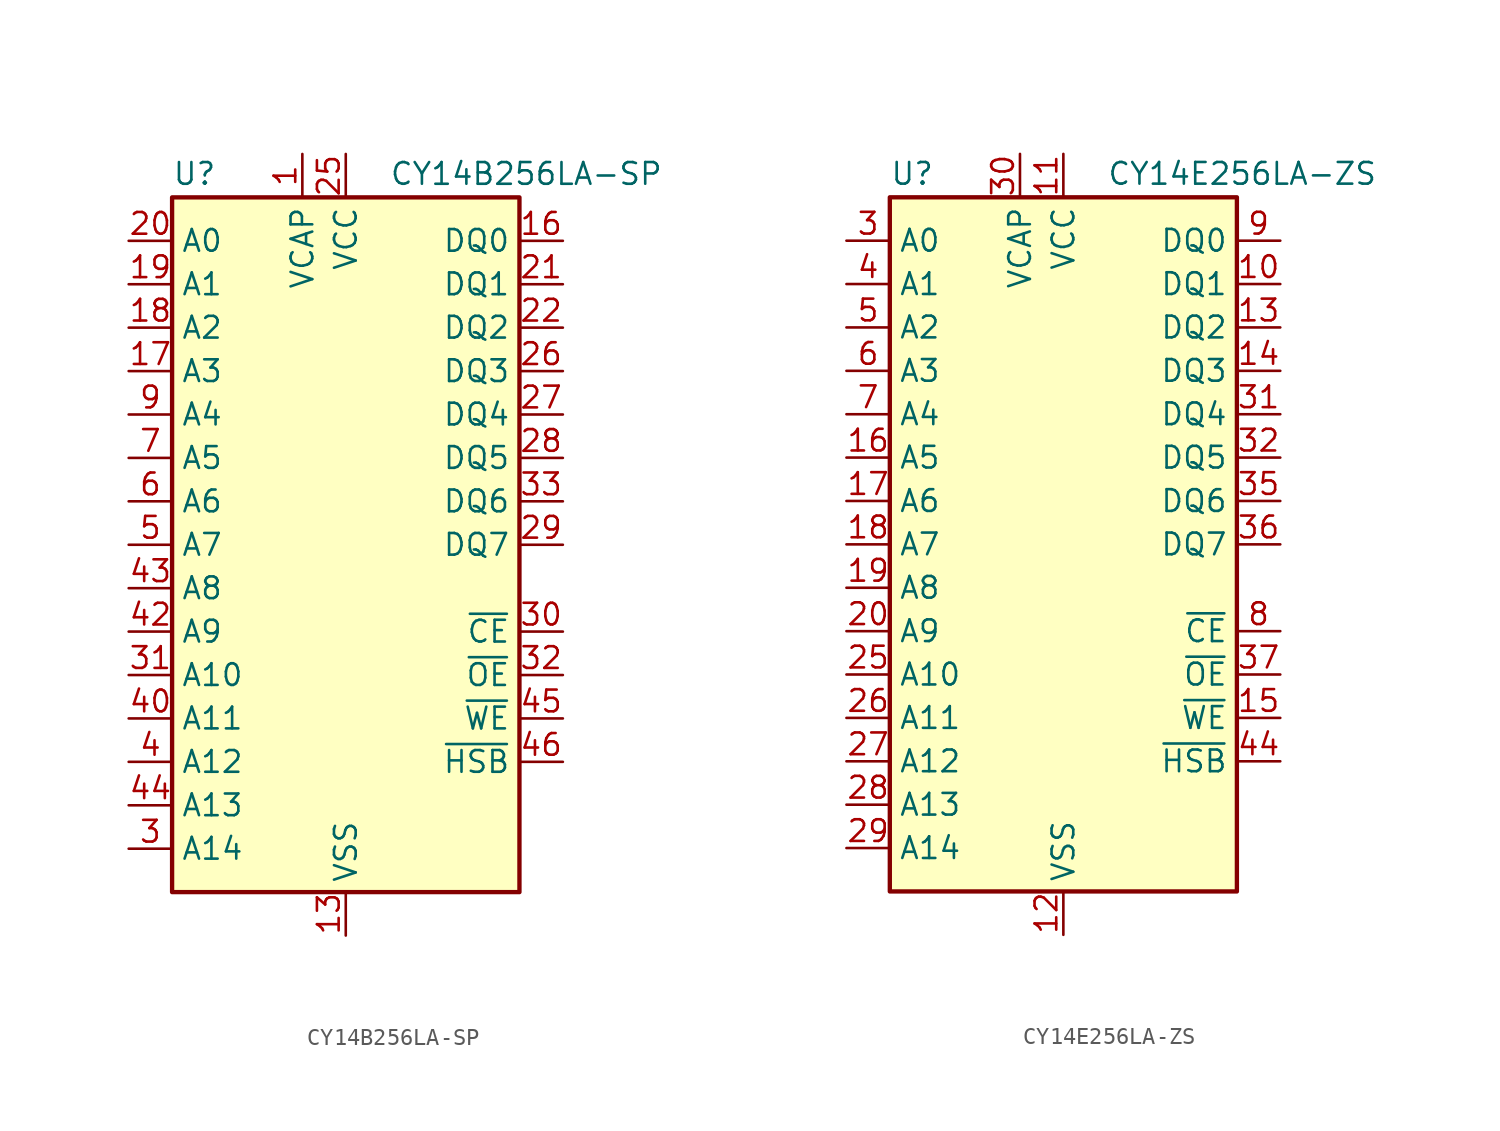
<source format=kicad_sym>
(kicad_symbol_lib
  (version 20241209)
  (generator "kicad_symbol_editor")
  (generator_version "9.0")
  (symbol "CY14B256LA-SP"
    (property "Reference" "U"
      (at -10.16 20.955 0)
      (effects (font (size 1.27 1.27)) (justify left bottom)))
    (property "Value" "CY14B256LA-SP"
      (at 2.54 20.955 0)
      (effects (font (size 1.27 1.27)) (justify left bottom)))
    (symbol "CY14B256LA-SP_0_0"
      (pin power_in line (at 0 22.86 270) (length 2.54) (name "VCC" (effects (font (size 1.27 1.27)))) (number "25" (effects (font (size 1.27 1.27)))))
      (pin passive line (at 0 22.86 270) (length 2.54) (hide yes) (name "VCC" (effects (font (size 1.27 1.27)))) (number "48" (effects (font (size 1.27 1.27)))))
      (pin power_in line (at 0 -22.86 90) (length 2.54) (name "VSS" (effects (font (size 1.27 1.27)))) (number "13" (effects (font (size 1.27 1.27)))))
      (pin passive line (at 0 -22.86 90) (length 2.54) (hide yes) (name "VSS" (effects (font (size 1.27 1.27)))) (number "36" (effects (font (size 1.27 1.27))))))
    (symbol "CY14B256LA-SP_0_1"
      (rectangle (start -10.16 20.32) (end 10.16 -20.32) (stroke (width 0.254) (type default)) (fill (type background))))
    (symbol "CY14B256LA-SP_1_1"
      (pin input line (at -12.7 17.78 0) (length 2.54) (name "A0" (effects (font (size 1.27 1.27)))) (number "20" (effects (font (size 1.27 1.27)))))
      (pin input line (at -12.7 15.24 0) (length 2.54) (name "A1" (effects (font (size 1.27 1.27)))) (number "19" (effects (font (size 1.27 1.27)))))
      (pin input line (at -12.7 12.7 0) (length 2.54) (name "A2" (effects (font (size 1.27 1.27)))) (number "18" (effects (font (size 1.27 1.27)))))
      (pin input line (at -12.7 10.16 0) (length 2.54) (name "A3" (effects (font (size 1.27 1.27)))) (number "17" (effects (font (size 1.27 1.27)))))
      (pin input line (at -12.7 7.62 0) (length 2.54) (name "A4" (effects (font (size 1.27 1.27)))) (number "9" (effects (font (size 1.27 1.27)))))
      (pin input line (at -12.7 5.08 0) (length 2.54) (name "A5" (effects (font (size 1.27 1.27)))) (number "7" (effects (font (size 1.27 1.27)))))
      (pin input line (at -12.7 2.54 0) (length 2.54) (name "A6" (effects (font (size 1.27 1.27)))) (number "6" (effects (font (size 1.27 1.27)))))
      (pin input line (at -12.7 0 0) (length 2.54) (name "A7" (effects (font (size 1.27 1.27)))) (number "5" (effects (font (size 1.27 1.27)))))
      (pin input line (at -12.7 -2.54 0) (length 2.54) (name "A8" (effects (font (size 1.27 1.27)))) (number "43" (effects (font (size 1.27 1.27)))))
      (pin input line (at -12.7 -5.08 0) (length 2.54) (name "A9" (effects (font (size 1.27 1.27)))) (number "42" (effects (font (size 1.27 1.27)))))
      (pin input line (at -12.7 -7.62 0) (length 2.54) (name "A10" (effects (font (size 1.27 1.27)))) (number "31" (effects (font (size 1.27 1.27)))))
      (pin input line (at -12.7 -10.16 0) (length 2.54) (name "A11" (effects (font (size 1.27 1.27)))) (number "40" (effects (font (size 1.27 1.27)))))
      (pin input line (at -12.7 -12.7 0) (length 2.54) (name "A12" (effects (font (size 1.27 1.27)))) (number "4" (effects (font (size 1.27 1.27)))))
      (pin input line (at -12.7 -15.24 0) (length 2.54) (name "A13" (effects (font (size 1.27 1.27)))) (number "44" (effects (font (size 1.27 1.27)))))
      (pin input line (at -12.7 -17.78 0) (length 2.54) (name "A14" (effects (font (size 1.27 1.27)))) (number "3" (effects (font (size 1.27 1.27)))))
      (pin no_connect line (at -7.62 20.32 270) (length 2.54) (hide yes) (name "NC" (effects (font (size 1.27 1.27)))) (number "47" (effects (font (size 1.27 1.27)))))
      (pin no_connect line (at -7.62 -20.32 90) (length 2.54) (hide yes) (name "NC" (effects (font (size 1.27 1.27)))) (number "10" (effects (font (size 1.27 1.27)))))
      (pin no_connect line (at -6.35 20.32 270) (length 2.54) (hide yes) (name "NC" (effects (font (size 1.27 1.27)))) (number "41" (effects (font (size 1.27 1.27)))))
      (pin no_connect line (at -5.08 20.32 270) (length 2.54) (hide yes) (name "NC" (effects (font (size 1.27 1.27)))) (number "39" (effects (font (size 1.27 1.27)))))
      (pin no_connect line (at -5.08 -20.32 90) (length 2.54) (hide yes) (name "NC" (effects (font (size 1.27 1.27)))) (number "11" (effects (font (size 1.27 1.27)))))
      (pin no_connect line (at -3.81 20.32 270) (length 2.54) (hide yes) (name "NC" (effects (font (size 1.27 1.27)))) (number "38" (effects (font (size 1.27 1.27)))))
      (pin power_in line (at -2.54 22.86 270) (length 2.54) (name "VCAP" (effects (font (size 1.27 1.27)))) (number "1" (effects (font (size 1.27 1.27)))))
      (pin no_connect line (at -2.54 -20.32 90) (length 2.54) (hide yes) (name "NC" (effects (font (size 1.27 1.27)))) (number "12" (effects (font (size 1.27 1.27)))))
      (pin no_connect line (at 2.54 20.32 270) (length 2.54) (hide yes) (name "NC" (effects (font (size 1.27 1.27)))) (number "37" (effects (font (size 1.27 1.27)))))
      (pin no_connect line (at 2.54 -20.32 90) (length 2.54) (hide yes) (name "NC" (effects (font (size 1.27 1.27)))) (number "14" (effects (font (size 1.27 1.27)))))
      (pin no_connect line (at 5.08 20.32 270) (length 2.54) (hide yes) (name "NC" (effects (font (size 1.27 1.27)))) (number "35" (effects (font (size 1.27 1.27)))))
      (pin no_connect line (at 5.08 -20.32 90) (length 2.54) (hide yes) (name "NC" (effects (font (size 1.27 1.27)))) (number "15" (effects (font (size 1.27 1.27)))))
      (pin no_connect line (at 7.62 20.32 270) (length 2.54) (hide yes) (name "NC" (effects (font (size 1.27 1.27)))) (number "34" (effects (font (size 1.27 1.27)))))
      (pin no_connect line (at 7.62 -20.32 90) (length 2.54) (hide yes) (name "NC" (effects (font (size 1.27 1.27)))) (number "23" (effects (font (size 1.27 1.27)))))
      (pin no_connect line (at 10.16 -2.54 180) (length 2.54) (hide yes) (name "NC" (effects (font (size 1.27 1.27)))) (number "24" (effects (font (size 1.27 1.27)))))
      (pin no_connect line (at 10.16 -15.24 180) (length 2.54) (hide yes) (name "NC" (effects (font (size 1.27 1.27)))) (number "2" (effects (font (size 1.27 1.27)))))
      (pin no_connect line (at 10.16 -17.78 180) (length 2.54) (hide yes) (name "NC" (effects (font (size 1.27 1.27)))) (number "8" (effects (font (size 1.27 1.27)))))
      (pin tri_state line (at 12.7 17.78 180) (length 2.54) (name "DQ0" (effects (font (size 1.27 1.27)))) (number "16" (effects (font (size 1.27 1.27)))))
      (pin tri_state line (at 12.7 15.24 180) (length 2.54) (name "DQ1" (effects (font (size 1.27 1.27)))) (number "21" (effects (font (size 1.27 1.27)))))
      (pin tri_state line (at 12.7 12.7 180) (length 2.54) (name "DQ2" (effects (font (size 1.27 1.27)))) (number "22" (effects (font (size 1.27 1.27)))))
      (pin tri_state line (at 12.7 10.16 180) (length 2.54) (name "DQ3" (effects (font (size 1.27 1.27)))) (number "26" (effects (font (size 1.27 1.27)))))
      (pin tri_state line (at 12.7 7.62 180) (length 2.54) (name "DQ4" (effects (font (size 1.27 1.27)))) (number "27" (effects (font (size 1.27 1.27)))))
      (pin tri_state line (at 12.7 5.08 180) (length 2.54) (name "DQ5" (effects (font (size 1.27 1.27)))) (number "28" (effects (font (size 1.27 1.27)))))
      (pin tri_state line (at 12.7 2.54 180) (length 2.54) (name "DQ6" (effects (font (size 1.27 1.27)))) (number "33" (effects (font (size 1.27 1.27)))))
      (pin tri_state line (at 12.7 0 180) (length 2.54) (name "DQ7" (effects (font (size 1.27 1.27)))) (number "29" (effects (font (size 1.27 1.27)))))
      (pin input line (at 12.7 -5.08 180) (length 2.54) (name "~{CE}" (effects (font (size 1.27 1.27)))) (number "30" (effects (font (size 1.27 1.27)))))
      (pin input line (at 12.7 -7.62 180) (length 2.54) (name "~{OE}" (effects (font (size 1.27 1.27)))) (number "32" (effects (font (size 1.27 1.27)))))
      (pin input line (at 12.7 -10.16 180) (length 2.54) (name "~{WE}" (effects (font (size 1.27 1.27)))) (number "45" (effects (font (size 1.27 1.27)))))
      (pin bidirectional line (at 12.7 -12.7 180) (length 2.54) (name "~{HSB}" (effects (font (size 1.27 1.27)))) (number "46" (effects (font (size 1.27 1.27)))))))
  (symbol "CY14E256LA-ZS"
    (property "Reference" "U"
      (at -10.16 20.955 0)
      (effects (font (size 1.27 1.27)) (justify left bottom)))
    (property "Value" "CY14E256LA-ZS"
      (at 2.54 20.955 0)
      (effects (font (size 1.27 1.27)) (justify left bottom)))
    (symbol "CY14E256LA-ZS_0_0"
      (pin power_in line (at 0 22.86 270) (length 2.54) (name "VCC" (effects (font (size 1.27 1.27)))) (number "11" (effects (font (size 1.27 1.27)))))
      (pin passive line (at 0 22.86 270) (length 2.54) (hide yes) (name "VCC" (effects (font (size 1.27 1.27)))) (number "33" (effects (font (size 1.27 1.27)))))
      (pin power_in line (at 0 -22.86 90) (length 2.54) (name "VSS" (effects (font (size 1.27 1.27)))) (number "12" (effects (font (size 1.27 1.27)))))
      (pin passive line (at 0 -22.86 90) (length 2.54) (hide yes) (name "VSS" (effects (font (size 1.27 1.27)))) (number "34" (effects (font (size 1.27 1.27))))))
    (symbol "CY14E256LA-ZS_0_1"
      (rectangle (start -10.16 20.32) (end 10.16 -20.32) (stroke (width 0.254) (type default)) (fill (type background))))
    (symbol "CY14E256LA-ZS_1_1"
      (pin input line (at -12.7 17.78 0) (length 2.54) (name "A0" (effects (font (size 1.27 1.27)))) (number "3" (effects (font (size 1.27 1.27)))))
      (pin input line (at -12.7 15.24 0) (length 2.54) (name "A1" (effects (font (size 1.27 1.27)))) (number "4" (effects (font (size 1.27 1.27)))))
      (pin input line (at -12.7 12.7 0) (length 2.54) (name "A2" (effects (font (size 1.27 1.27)))) (number "5" (effects (font (size 1.27 1.27)))))
      (pin input line (at -12.7 10.16 0) (length 2.54) (name "A3" (effects (font (size 1.27 1.27)))) (number "6" (effects (font (size 1.27 1.27)))))
      (pin input line (at -12.7 7.62 0) (length 2.54) (name "A4" (effects (font (size 1.27 1.27)))) (number "7" (effects (font (size 1.27 1.27)))))
      (pin input line (at -12.7 5.08 0) (length 2.54) (name "A5" (effects (font (size 1.27 1.27)))) (number "16" (effects (font (size 1.27 1.27)))))
      (pin input line (at -12.7 2.54 0) (length 2.54) (name "A6" (effects (font (size 1.27 1.27)))) (number "17" (effects (font (size 1.27 1.27)))))
      (pin input line (at -12.7 0 0) (length 2.54) (name "A7" (effects (font (size 1.27 1.27)))) (number "18" (effects (font (size 1.27 1.27)))))
      (pin input line (at -12.7 -2.54 0) (length 2.54) (name "A8" (effects (font (size 1.27 1.27)))) (number "19" (effects (font (size 1.27 1.27)))))
      (pin input line (at -12.7 -5.08 0) (length 2.54) (name "A9" (effects (font (size 1.27 1.27)))) (number "20" (effects (font (size 1.27 1.27)))))
      (pin input line (at -12.7 -7.62 0) (length 2.54) (name "A10" (effects (font (size 1.27 1.27)))) (number "25" (effects (font (size 1.27 1.27)))))
      (pin input line (at -12.7 -10.16 0) (length 2.54) (name "A11" (effects (font (size 1.27 1.27)))) (number "26" (effects (font (size 1.27 1.27)))))
      (pin input line (at -12.7 -12.7 0) (length 2.54) (name "A12" (effects (font (size 1.27 1.27)))) (number "27" (effects (font (size 1.27 1.27)))))
      (pin input line (at -12.7 -15.24 0) (length 2.54) (name "A13" (effects (font (size 1.27 1.27)))) (number "28" (effects (font (size 1.27 1.27)))))
      (pin input line (at -12.7 -17.78 0) (length 2.54) (name "A14" (effects (font (size 1.27 1.27)))) (number "29" (effects (font (size 1.27 1.27)))))
      (pin no_connect line (at -7.62 -20.32 90) (length 2.54) (hide yes) (name "NC" (effects (font (size 1.27 1.27)))) (number "21" (effects (font (size 1.27 1.27)))))
      (pin no_connect line (at -5.08 -20.32 90) (length 2.54) (hide yes) (name "NC" (effects (font (size 1.27 1.27)))) (number "22" (effects (font (size 1.27 1.27)))))
      (pin power_in line (at -2.54 22.86 270) (length 2.54) (name "VCAP" (effects (font (size 1.27 1.27)))) (number "30" (effects (font (size 1.27 1.27)))))
      (pin no_connect line (at -2.54 -20.32 90) (length 2.54) (hide yes) (name "NC" (effects (font (size 1.27 1.27)))) (number "23" (effects (font (size 1.27 1.27)))))
      (pin no_connect line (at 2.54 20.32 270) (length 2.54) (hide yes) (name "NC" (effects (font (size 1.27 1.27)))) (number "43" (effects (font (size 1.27 1.27)))))
      (pin no_connect line (at 2.54 -20.32 90) (length 2.54) (hide yes) (name "NC" (effects (font (size 1.27 1.27)))) (number "24" (effects (font (size 1.27 1.27)))))
      (pin no_connect line (at 5.08 20.32 270) (length 2.54) (hide yes) (name "NC" (effects (font (size 1.27 1.27)))) (number "42" (effects (font (size 1.27 1.27)))))
      (pin no_connect line (at 5.08 -20.32 90) (length 2.54) (hide yes) (name "NC" (effects (font (size 1.27 1.27)))) (number "38" (effects (font (size 1.27 1.27)))))
      (pin no_connect line (at 7.62 20.32 270) (length 2.54) (hide yes) (name "NC" (effects (font (size 1.27 1.27)))) (number "41" (effects (font (size 1.27 1.27)))))
      (pin no_connect line (at 7.62 -20.32 90) (length 2.54) (hide yes) (name "NC" (effects (font (size 1.27 1.27)))) (number "39" (effects (font (size 1.27 1.27)))))
      (pin no_connect line (at 10.16 -2.54 180) (length 2.54) (hide yes) (name "NC" (effects (font (size 1.27 1.27)))) (number "40" (effects (font (size 1.27 1.27)))))
      (pin no_connect line (at 10.16 -15.24 180) (length 2.54) (hide yes) (name "NC" (effects (font (size 1.27 1.27)))) (number "1" (effects (font (size 1.27 1.27)))))
      (pin no_connect line (at 10.16 -17.78 180) (length 2.54) (hide yes) (name "NC" (effects (font (size 1.27 1.27)))) (number "2" (effects (font (size 1.27 1.27)))))
      (pin tri_state line (at 12.7 17.78 180) (length 2.54) (name "DQ0" (effects (font (size 1.27 1.27)))) (number "9" (effects (font (size 1.27 1.27)))))
      (pin tri_state line (at 12.7 15.24 180) (length 2.54) (name "DQ1" (effects (font (size 1.27 1.27)))) (number "10" (effects (font (size 1.27 1.27)))))
      (pin tri_state line (at 12.7 12.7 180) (length 2.54) (name "DQ2" (effects (font (size 1.27 1.27)))) (number "13" (effects (font (size 1.27 1.27)))))
      (pin tri_state line (at 12.7 10.16 180) (length 2.54) (name "DQ3" (effects (font (size 1.27 1.27)))) (number "14" (effects (font (size 1.27 1.27)))))
      (pin tri_state line (at 12.7 7.62 180) (length 2.54) (name "DQ4" (effects (font (size 1.27 1.27)))) (number "31" (effects (font (size 1.27 1.27)))))
      (pin tri_state line (at 12.7 5.08 180) (length 2.54) (name "DQ5" (effects (font (size 1.27 1.27)))) (number "32" (effects (font (size 1.27 1.27)))))
      (pin tri_state line (at 12.7 2.54 180) (length 2.54) (name "DQ6" (effects (font (size 1.27 1.27)))) (number "35" (effects (font (size 1.27 1.27)))))
      (pin tri_state line (at 12.7 0 180) (length 2.54) (name "DQ7" (effects (font (size 1.27 1.27)))) (number "36" (effects (font (size 1.27 1.27)))))
      (pin input line (at 12.7 -5.08 180) (length 2.54) (name "~{CE}" (effects (font (size 1.27 1.27)))) (number "8" (effects (font (size 1.27 1.27)))))
      (pin input line (at 12.7 -7.62 180) (length 2.54) (name "~{OE}" (effects (font (size 1.27 1.27)))) (number "37" (effects (font (size 1.27 1.27)))))
      (pin input line (at 12.7 -10.16 180) (length 2.54) (name "~{WE}" (effects (font (size 1.27 1.27)))) (number "15" (effects (font (size 1.27 1.27)))))
      (pin bidirectional line (at 12.7 -12.7 180) (length 2.54) (name "~{HSB}" (effects (font (size 1.27 1.27)))) (number "44" (effects (font (size 1.27 1.27))))))))
</source>
